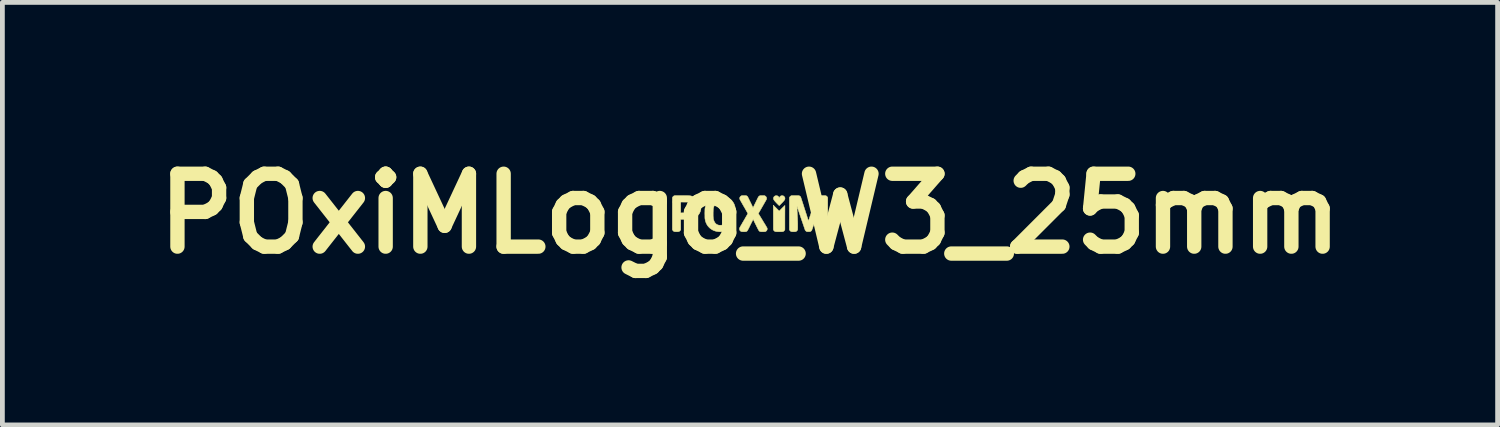
<source format=kicad_pcb>
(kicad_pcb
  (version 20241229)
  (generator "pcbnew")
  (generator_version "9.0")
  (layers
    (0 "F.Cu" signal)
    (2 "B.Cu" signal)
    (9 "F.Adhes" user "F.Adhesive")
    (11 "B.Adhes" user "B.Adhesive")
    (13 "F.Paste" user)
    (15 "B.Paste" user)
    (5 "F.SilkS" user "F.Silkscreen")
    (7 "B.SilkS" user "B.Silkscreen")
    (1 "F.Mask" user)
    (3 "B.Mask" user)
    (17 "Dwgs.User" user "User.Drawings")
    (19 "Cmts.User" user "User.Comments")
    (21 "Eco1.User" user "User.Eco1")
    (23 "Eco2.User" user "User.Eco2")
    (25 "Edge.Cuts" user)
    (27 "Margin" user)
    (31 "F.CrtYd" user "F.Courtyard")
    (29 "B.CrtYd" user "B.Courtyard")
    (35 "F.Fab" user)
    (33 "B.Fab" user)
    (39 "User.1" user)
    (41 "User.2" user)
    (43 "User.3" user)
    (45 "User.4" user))
  (footprint "POxiMLogo_W3_25mm"
    (layer "F.Cu")
    (at 12.635 1.418)
    (property "Reference" "POxiMLogo_W3_25mm" (at 0 0 0) (layer "F.SilkS") (effects (font (size 1.524 1.524) (thickness 0.3))))
    (attr through_hole)
    (fp_poly (pts (xy 0.549 -0.116) (xy 0.61 -0.054) (xy 0.651 -0.095) (xy 0.661 -0.106) (xy 0.672 -0.116) (xy 0.682 -0.127) (xy 0.692 -0.136) (xy 0.701 -0.145) (xy 0.708 -0.151) (xy 0.71 -0.154) (xy 0.73 -0.172) (xy 0.729 0.081) (xy 0.729 0.334) (xy 0.725 0.342) (xy 0.721 0.35) (xy 0.714 0.358) (xy 0.707 0.365) (xy 0.699 0.37) (xy 0.698 0.371) (xy 0.695 0.372) (xy 0.691 0.374) (xy 0.687 0.375) (xy 0.682 0.376) (xy 0.676 0.377) (xy 0.669 0.377) (xy 0.659 0.378) (xy 0.648 0.378) (xy 0.635 0.378) (xy 0.618 0.378) (xy 0.607 0.378) (xy 0.59 0.378) (xy 0.575 0.378) (xy 0.563 0.378) (xy 0.553 0.377) (xy 0.546 0.377) (xy 0.54 0.377) (xy 0.536 0.376) (xy 0.532 0.376) (xy 0.532 0.375) (xy 0.519 0.37) (xy 0.507 0.363) (xy 0.498 0.353) (xy 0.492 0.34) (xy 0.492 0.34) (xy 0.488 0.331) (xy 0.487 -0.177) (xy 0.549 -0.116)) (stroke (width 0.01) (type solid)) (fill yes) (layer "F.SilkS"))
    (fp_poly (pts (xy 0.563 -0.375) (xy 0.576 -0.371) (xy 0.587 -0.364) (xy 0.597 -0.354) (xy 0.604 -0.344) (xy 0.608 -0.332) (xy 0.61 -0.323) (xy 0.612 -0.329) (xy 0.616 -0.34) (xy 0.622 -0.351) (xy 0.631 -0.36) (xy 0.64 -0.368) (xy 0.647 -0.372) (xy 0.655 -0.374) (xy 0.664 -0.376) (xy 0.675 -0.376) (xy 0.685 -0.375) (xy 0.693 -0.373) (xy 0.696 -0.372) (xy 0.704 -0.367) (xy 0.712 -0.36) (xy 0.72 -0.351) (xy 0.725 -0.343) (xy 0.726 -0.342) (xy 0.728 -0.337) (xy 0.73 -0.332) (xy 0.73 -0.326) (xy 0.731 -0.319) (xy 0.73 -0.311) (xy 0.729 -0.304) (xy 0.727 -0.298) (xy 0.724 -0.291) (xy 0.718 -0.283) (xy 0.711 -0.273) (xy 0.71 -0.271) (xy 0.707 -0.267) (xy 0.702 -0.262) (xy 0.696 -0.255) (xy 0.688 -0.247) (xy 0.68 -0.238) (xy 0.671 -0.228) (xy 0.661 -0.219) (xy 0.652 -0.209) (xy 0.643 -0.2) (xy 0.634 -0.191) (xy 0.627 -0.183) (xy 0.62 -0.177) (xy 0.615 -0.172) (xy 0.612 -0.169) (xy 0.61 -0.168) (xy 0.609 -0.17) (xy 0.605 -0.173) (xy 0.6 -0.178) (xy 0.593 -0.184) (xy 0.585 -0.192) (xy 0.576 -0.201) (xy 0.569 -0.208) (xy 0.553 -0.225) (xy 0.54 -0.239) (xy 0.528 -0.251) (xy 0.519 -0.262) (xy 0.511 -0.272) (xy 0.504 -0.281) (xy 0.499 -0.289) (xy 0.496 -0.295) (xy 0.493 -0.302) (xy 0.491 -0.307) (xy 0.49 -0.312) (xy 0.49 -0.317) (xy 0.49 -0.319) (xy 0.492 -0.332) (xy 0.496 -0.344) (xy 0.503 -0.355) (xy 0.513 -0.364) (xy 0.524 -0.371) (xy 0.537 -0.375) (xy 0.55 -0.376) (xy 0.563 -0.375)) (stroke (width 0.01) (type solid)) (fill yes) (layer "F.SilkS"))
    (fp_poly (pts (xy -1.477 -0.378) (xy -1.454 -0.378) (xy -1.429 -0.378) (xy -1.422 -0.378) (xy -1.396 -0.378) (xy -1.372 -0.377) (xy -1.352 -0.377) (xy -1.334 -0.377) (xy -1.318 -0.377) (xy -1.304 -0.377) (xy -1.292 -0.376) (xy -1.282 -0.376) (xy -1.273 -0.375) (xy -1.265 -0.375) (xy -1.258 -0.374) (xy -1.251 -0.373) (xy -1.245 -0.372) (xy -1.239 -0.371) (xy -1.233 -0.369) (xy -1.226 -0.368) (xy -1.22 -0.366) (xy -1.191 -0.358) (xy -1.164 -0.347) (xy -1.139 -0.333) (xy -1.116 -0.318) (xy -1.096 -0.3) (xy -1.078 -0.281) (xy -1.062 -0.259) (xy -1.049 -0.236) (xy -1.04 -0.214) (xy -1.036 -0.202) (xy -1.033 -0.191) (xy -1.031 -0.181) (xy -1.03 -0.17) (xy -1.029 -0.158) (xy -1.028 -0.144) (xy -1.028 -0.129) (xy -1.028 -0.116) (xy -1.028 -0.106) (xy -1.028 -0.098) (xy -1.029 -0.091) (xy -1.03 -0.085) (xy -1.031 -0.079) (xy -1.032 -0.075) (xy -1.038 -0.05) (xy -1.047 -0.028) (xy -1.057 -0.007) (xy -1.07 0.012) (xy -1.086 0.031) (xy -1.093 0.038) (xy -1.112 0.056) (xy -1.133 0.071) (xy -1.156 0.084) (xy -1.18 0.095) (xy -1.206 0.104) (xy -1.235 0.111) (xy -1.257 0.115) (xy -1.261 0.116) (xy -1.267 0.116) (xy -1.273 0.117) (xy -1.281 0.117) (xy -1.291 0.117) (xy -1.303 0.118) (xy -1.317 0.118) (xy -1.333 0.118) (xy -1.353 0.118) (xy -1.362 0.118) (xy -1.45 0.119) (xy -1.45 0.336) (xy -1.455 0.345) (xy -1.463 0.357) (xy -1.473 0.366) (xy -1.485 0.373) (xy -1.498 0.377) (xy -1.503 0.377) (xy -1.511 0.378) (xy -1.52 0.378) (xy -1.531 0.378) (xy -1.542 0.378) (xy -1.553 0.378) (xy -1.563 0.377) (xy -1.571 0.377) (xy -1.577 0.376) (xy -1.579 0.376) (xy -1.592 0.371) (xy -1.604 0.363) (xy -1.613 0.353) (xy -1.619 0.343) (xy -1.624 0.333) (xy -1.624 -0.016) (xy -1.45 -0.016) (xy -1.369 -0.017) (xy -1.351 -0.017) (xy -1.335 -0.017) (xy -1.323 -0.017) (xy -1.312 -0.017) (xy -1.304 -0.018) (xy -1.297 -0.018) (xy -1.292 -0.018) (xy -1.288 -0.019) (xy -1.284 -0.019) (xy -1.281 -0.02) (xy -1.278 -0.021) (xy -1.276 -0.021) (xy -1.259 -0.028) (xy -1.243 -0.038) (xy -1.23 -0.049) (xy -1.219 -0.064) (xy -1.211 -0.08) (xy -1.208 -0.088) (xy -1.206 -0.094) (xy -1.205 -0.099) (xy -1.204 -0.104) (xy -1.203 -0.11) (xy -1.203 -0.117) (xy -1.203 -0.127) (xy -1.203 -0.14) (xy -1.204 -0.151) (xy -1.205 -0.16) (xy -1.207 -0.169) (xy -1.211 -0.177) (xy -1.215 -0.187) (xy -1.22 -0.196) (xy -1.227 -0.204) (xy -1.233 -0.211) (xy -1.244 -0.221) (xy -1.255 -0.229) (xy -1.268 -0.235) (xy -1.278 -0.238) (xy -1.281 -0.239) (xy -1.284 -0.24) (xy -1.287 -0.24) (xy -1.291 -0.241) (xy -1.295 -0.241) (xy -1.301 -0.241) (xy -1.308 -0.242) (xy -1.317 -0.242) (xy -1.329 -0.242) (xy -1.342 -0.242) (xy -1.359 -0.242) (xy -1.37 -0.242) (xy -1.45 -0.243) (xy -1.45 -0.016) (xy -1.624 -0.016) (xy -1.624 -0.333) (xy -1.619 -0.343) (xy -1.613 -0.353) (xy -1.605 -0.362) (xy -1.595 -0.369) (xy -1.592 -0.371) (xy -1.59 -0.372) (xy -1.587 -0.373) (xy -1.585 -0.374) (xy -1.581 -0.375) (xy -1.577 -0.376) (xy -1.573 -0.376) (xy -1.567 -0.377) (xy -1.56 -0.377) (xy -1.551 -0.378) (xy -1.54 -0.378) (xy -1.528 -0.378) (xy -1.513 -0.378) (xy -1.496 -0.378) (xy -1.477 -0.378)) (stroke (width 0.01) (type solid)) (fill yes) (layer "F.SilkS"))
    (fp_poly (pts (xy -0.604 -0.377) (xy -0.571 -0.375) (xy -0.539 -0.369) (xy -0.509 -0.36) (xy -0.48 -0.348) (xy -0.452 -0.334) (xy -0.427 -0.316) (xy -0.403 -0.296) (xy -0.383 -0.277) (xy -0.364 -0.252) (xy -0.346 -0.226) (xy -0.332 -0.199) (xy -0.321 -0.169) (xy -0.312 -0.138) (xy -0.307 -0.105) (xy -0.306 -0.095) (xy -0.305 -0.089) (xy -0.305 -0.08) (xy -0.304 -0.068) (xy -0.304 -0.054) (xy -0.304 -0.039) (xy -0.304 -0.023) (xy -0.304 -0.006) (xy -0.304 0.01) (xy -0.304 0.027) (xy -0.304 0.043) (xy -0.304 0.058) (xy -0.305 0.071) (xy -0.305 0.082) (xy -0.305 0.091) (xy -0.306 0.095) (xy -0.31 0.128) (xy -0.318 0.16) (xy -0.328 0.19) (xy -0.341 0.218) (xy -0.358 0.245) (xy -0.377 0.27) (xy -0.398 0.293) (xy -0.411 0.305) (xy -0.434 0.323) (xy -0.459 0.339) (xy -0.487 0.352) (xy -0.515 0.362) (xy -0.546 0.37) (xy -0.578 0.375) (xy -0.611 0.378) (xy -0.645 0.378) (xy -0.664 0.376) (xy -0.696 0.372) (xy -0.727 0.364) (xy -0.757 0.354) (xy -0.785 0.34) (xy -0.811 0.324) (xy -0.836 0.306) (xy -0.858 0.285) (xy -0.879 0.261) (xy -0.882 0.258) (xy -0.899 0.232) (xy -0.914 0.204) (xy -0.926 0.175) (xy -0.935 0.144) (xy -0.941 0.112) (xy -0.942 0.107) (xy -0.943 0.1) (xy -0.943 0.09) (xy -0.944 0.077) (xy -0.944 0.063) (xy -0.944 0.047) (xy -0.944 0.03) (xy -0.945 0.012) (xy -0.945 0.004) (xy -0.771 0.004) (xy -0.771 0.026) (xy -0.771 0.046) (xy -0.77 0.064) (xy -0.769 0.079) (xy -0.768 0.092) (xy -0.767 0.104) (xy -0.765 0.114) (xy -0.764 0.119) (xy -0.757 0.142) (xy -0.748 0.164) (xy -0.738 0.183) (xy -0.725 0.2) (xy -0.711 0.214) (xy -0.695 0.225) (xy -0.678 0.233) (xy -0.665 0.238) (xy -0.658 0.239) (xy -0.653 0.241) (xy -0.648 0.242) (xy -0.643 0.242) (xy -0.637 0.242) (xy -0.63 0.242) (xy -0.62 0.242) (xy -0.619 0.242) (xy -0.609 0.242) (xy -0.601 0.241) (xy -0.595 0.241) (xy -0.59 0.24) (xy -0.585 0.239) (xy -0.579 0.237) (xy -0.577 0.236) (xy -0.559 0.228) (xy -0.542 0.218) (xy -0.527 0.204) (xy -0.514 0.188) (xy -0.503 0.17) (xy -0.494 0.149) (xy -0.486 0.125) (xy -0.486 0.125) (xy -0.485 0.118) (xy -0.483 0.112) (xy -0.482 0.105) (xy -0.481 0.098) (xy -0.48 0.09) (xy -0.48 0.081) (xy -0.479 0.07) (xy -0.479 0.057) (xy -0.479 0.043) (xy -0.479 0.025) (xy -0.479 0.005) (xy -0.479 0) (xy -0.479 -0.021) (xy -0.479 -0.039) (xy -0.479 -0.054) (xy -0.479 -0.067) (xy -0.48 -0.078) (xy -0.48 -0.088) (xy -0.481 -0.096) (xy -0.482 -0.103) (xy -0.483 -0.11) (xy -0.484 -0.117) (xy -0.486 -0.123) (xy -0.486 -0.125) (xy -0.494 -0.148) (xy -0.503 -0.169) (xy -0.514 -0.188) (xy -0.527 -0.204) (xy -0.543 -0.217) (xy -0.559 -0.228) (xy -0.578 -0.236) (xy -0.584 -0.238) (xy -0.589 -0.24) (xy -0.594 -0.241) (xy -0.6 -0.241) (xy -0.606 -0.242) (xy -0.615 -0.242) (xy -0.625 -0.242) (xy -0.638 -0.242) (xy -0.649 -0.241) (xy -0.658 -0.24) (xy -0.666 -0.238) (xy -0.674 -0.235) (xy -0.683 -0.232) (xy -0.686 -0.23) (xy -0.702 -0.221) (xy -0.717 -0.209) (xy -0.731 -0.194) (xy -0.742 -0.177) (xy -0.752 -0.157) (xy -0.759 -0.14) (xy -0.761 -0.131) (xy -0.763 -0.123) (xy -0.765 -0.115) (xy -0.767 -0.107) (xy -0.768 -0.098) (xy -0.769 -0.087) (xy -0.769 -0.075) (xy -0.77 -0.06) (xy -0.77 -0.044) (xy -0.771 -0.024) (xy -0.771 -0.021) (xy -0.771 0.004) (xy -0.945 0.004) (xy -0.945 -0.006) (xy -0.945 -0.024) (xy -0.944 -0.042) (xy -0.944 -0.058) (xy -0.944 -0.073) (xy -0.943 -0.086) (xy -0.943 -0.097) (xy -0.942 -0.105) (xy -0.942 -0.107) (xy -0.936 -0.139) (xy -0.927 -0.17) (xy -0.916 -0.199) (xy -0.902 -0.227) (xy -0.885 -0.253) (xy -0.866 -0.277) (xy -0.844 -0.299) (xy -0.832 -0.309) (xy -0.808 -0.327) (xy -0.783 -0.342) (xy -0.757 -0.354) (xy -0.729 -0.364) (xy -0.7 -0.371) (xy -0.669 -0.375) (xy -0.639 -0.378) (xy -0.604 -0.377)) (stroke (width 0.01) (type solid)) (fill yes) (layer "F.SilkS"))
    (fp_poly (pts (xy 0.311 -0.373) (xy 0.322 -0.366) (xy 0.332 -0.357) (xy 0.34 -0.346) (xy 0.341 -0.343) (xy 0.344 -0.337) (xy 0.345 -0.332) (xy 0.346 -0.326) (xy 0.346 -0.319) (xy 0.346 -0.311) (xy 0.345 -0.305) (xy 0.344 -0.3) (xy 0.341 -0.295) (xy 0.341 -0.294) (xy 0.339 -0.291) (xy 0.336 -0.285) (xy 0.332 -0.277) (xy 0.326 -0.267) (xy 0.319 -0.255) (xy 0.311 -0.241) (xy 0.302 -0.225) (xy 0.292 -0.208) (xy 0.282 -0.19) (xy 0.271 -0.171) (xy 0.259 -0.151) (xy 0.255 -0.143) (xy 0.174 -0.003) (xy 0.265 0.146) (xy 0.279 0.17) (xy 0.293 0.192) (xy 0.305 0.213) (xy 0.317 0.231) (xy 0.327 0.248) (xy 0.336 0.263) (xy 0.343 0.276) (xy 0.349 0.286) (xy 0.354 0.294) (xy 0.357 0.3) (xy 0.358 0.303) (xy 0.358 0.303) (xy 0.359 0.31) (xy 0.36 0.319) (xy 0.36 0.323) (xy 0.357 0.336) (xy 0.352 0.349) (xy 0.344 0.359) (xy 0.333 0.368) (xy 0.325 0.372) (xy 0.315 0.377) (xy 0.273 0.378) (xy 0.257 0.378) (xy 0.244 0.378) (xy 0.234 0.378) (xy 0.225 0.377) (xy 0.218 0.376) (xy 0.213 0.374) (xy 0.207 0.373) (xy 0.203 0.37) (xy 0.2 0.369) (xy 0.198 0.367) (xy 0.196 0.366) (xy 0.193 0.364) (xy 0.191 0.362) (xy 0.188 0.358) (xy 0.186 0.355) (xy 0.182 0.35) (xy 0.179 0.344) (xy 0.175 0.337) (xy 0.17 0.328) (xy 0.165 0.318) (xy 0.158 0.305) (xy 0.151 0.291) (xy 0.143 0.275) (xy 0.134 0.257) (xy 0.124 0.236) (xy 0.112 0.213) (xy 0.099 0.187) (xy 0.094 0.175) (xy 0.066 0.118) (xy 0.007 0.235) (xy -0.004 0.258) (xy -0.013 0.277) (xy -0.022 0.294) (xy -0.029 0.309) (xy -0.036 0.321) (xy -0.041 0.332) (xy -0.046 0.34) (xy -0.05 0.347) (xy -0.054 0.353) (xy -0.057 0.358) (xy -0.06 0.361) (xy -0.063 0.364) (xy -0.065 0.366) (xy -0.068 0.368) (xy -0.071 0.37) (xy -0.075 0.372) (xy -0.076 0.372) (xy -0.087 0.377) (xy -0.127 0.378) (xy -0.139 0.378) (xy -0.15 0.378) (xy -0.159 0.377) (xy -0.167 0.377) (xy -0.173 0.377) (xy -0.175 0.376) (xy -0.187 0.372) (xy -0.198 0.365) (xy -0.208 0.356) (xy -0.215 0.345) (xy -0.216 0.344) (xy -0.219 0.334) (xy -0.221 0.323) (xy -0.221 0.311) (xy -0.219 0.301) (xy -0.218 0.3) (xy -0.217 0.297) (xy -0.214 0.292) (xy -0.21 0.284) (xy -0.204 0.274) (xy -0.198 0.262) (xy -0.19 0.249) (xy -0.181 0.233) (xy -0.171 0.217) (xy -0.161 0.198) (xy -0.15 0.179) (xy -0.138 0.16) (xy -0.13 0.146) (xy -0.119 0.126) (xy -0.107 0.107) (xy -0.097 0.088) (xy -0.087 0.071) (xy -0.078 0.055) (xy -0.069 0.041) (xy -0.062 0.028) (xy -0.056 0.017) (xy -0.051 0.009) (xy -0.048 0.003) (xy -0.045 -0.001) (xy -0.045 -0.002) (xy -0.046 -0.004) (xy -0.048 -0.008) (xy -0.052 -0.015) (xy -0.057 -0.024) (xy -0.063 -0.036) (xy -0.071 -0.049) (xy -0.079 -0.064) (xy -0.089 -0.081) (xy -0.099 -0.099) (xy -0.11 -0.119) (xy -0.122 -0.14) (xy -0.128 -0.149) (xy -0.139 -0.169) (xy -0.151 -0.189) (xy -0.161 -0.208) (xy -0.171 -0.225) (xy -0.181 -0.242) (xy -0.189 -0.256) (xy -0.196 -0.27) (xy -0.203 -0.281) (xy -0.208 -0.29) (xy -0.211 -0.297) (xy -0.213 -0.301) (xy -0.214 -0.302) (xy -0.216 -0.312) (xy -0.216 -0.322) (xy -0.215 -0.333) (xy -0.212 -0.342) (xy -0.206 -0.351) (xy -0.199 -0.36) (xy -0.189 -0.368) (xy -0.181 -0.373) (xy -0.171 -0.377) (xy -0.127 -0.377) (xy -0.113 -0.377) (xy -0.103 -0.377) (xy -0.094 -0.377) (xy -0.088 -0.377) (xy -0.083 -0.376) (xy -0.08 -0.376) (xy -0.077 -0.375) (xy -0.076 -0.374) (xy -0.067 -0.37) (xy -0.058 -0.364) (xy -0.051 -0.357) (xy -0.05 -0.355) (xy -0.048 -0.353) (xy -0.046 -0.347) (xy -0.042 -0.34) (xy -0.037 -0.33) (xy -0.031 -0.318) (xy -0.024 -0.304) (xy -0.017 -0.289) (xy -0.009 -0.273) (xy -0.000327 -0.255) (xy 0.008 -0.238) (xy 0.017 -0.22) (xy 0.025 -0.203) (xy 0.033 -0.187) (xy 0.04 -0.172) (xy 0.046 -0.159) (xy 0.052 -0.147) (xy 0.056 -0.138) (xy 0.06 -0.131) (xy 0.062 -0.127) (xy 0.063 -0.125) (xy 0.063 -0.125) (xy 0.064 -0.126) (xy 0.066 -0.13) (xy 0.069 -0.137) (xy 0.074 -0.146) (xy 0.079 -0.156) (xy 0.086 -0.169) (xy 0.093 -0.184) (xy 0.1 -0.199) (xy 0.109 -0.216) (xy 0.118 -0.234) (xy 0.119 -0.237) (xy 0.129 -0.258) (xy 0.138 -0.277) (xy 0.146 -0.292) (xy 0.153 -0.306) (xy 0.158 -0.317) (xy 0.163 -0.327) (xy 0.167 -0.335) (xy 0.17 -0.341) (xy 0.173 -0.346) (xy 0.176 -0.35) (xy 0.178 -0.353) (xy 0.179 -0.356) (xy 0.181 -0.358) (xy 0.183 -0.36) (xy 0.183 -0.36) (xy 0.193 -0.368) (xy 0.202 -0.373) (xy 0.202 -0.373) (xy 0.205 -0.375) (xy 0.208 -0.375) (xy 0.212 -0.376) (xy 0.215 -0.377) (xy 0.221 -0.377) (xy 0.227 -0.377) (xy 0.236 -0.377) (xy 0.248 -0.377) (xy 0.257 -0.377) (xy 0.301 -0.377) (xy 0.311 -0.373)) (stroke (width 0.01) (type solid)) (fill yes) (layer "F.SilkS"))
    (fp_poly (pts (xy 1.545 -0.378) (xy 1.556 -0.378) (xy 1.565 -0.377) (xy 1.573 -0.377) (xy 1.579 -0.376) (xy 1.583 -0.375) (xy 1.587 -0.374) (xy 1.591 -0.373) (xy 1.594 -0.371) (xy 1.603 -0.365) (xy 1.612 -0.356) (xy 1.619 -0.346) (xy 1.621 -0.343) (xy 1.625 -0.333) (xy 1.625 0.333) (xy 1.621 0.343) (xy 1.614 0.355) (xy 1.604 0.364) (xy 1.592 0.372) (xy 1.579 0.376) (xy 1.579 0.376) (xy 1.574 0.377) (xy 1.566 0.377) (xy 1.557 0.378) (xy 1.546 0.378) (xy 1.535 0.378) (xy 1.524 0.378) (xy 1.514 0.378) (xy 1.506 0.377) (xy 1.5 0.377) (xy 1.5 0.377) (xy 1.486 0.372) (xy 1.474 0.365) (xy 1.464 0.356) (xy 1.457 0.345) (xy 1.452 0.336) (xy 1.452 0.253) (xy 1.452 0.238) (xy 1.452 0.226) (xy 1.452 0.214) (xy 1.452 0.202) (xy 1.452 0.192) (xy 1.452 0.181) (xy 1.452 0.169) (xy 1.453 0.158) (xy 1.453 0.145) (xy 1.454 0.131) (xy 1.454 0.116) (xy 1.455 0.099) (xy 1.456 0.08) (xy 1.457 0.059) (xy 1.458 0.034) (xy 1.459 0.008) (xy 1.46 -0.015) (xy 1.461 -0.036) (xy 1.462 -0.057) (xy 1.463 -0.076) (xy 1.464 -0.094) (xy 1.465 -0.11) (xy 1.465 -0.124) (xy 1.466 -0.135) (xy 1.466 -0.144) (xy 1.466 -0.15) (xy 1.466 -0.154) (xy 1.466 -0.154) (xy 1.465 -0.154) (xy 1.463 -0.151) (xy 1.463 -0.151) (xy 1.462 -0.149) (xy 1.46 -0.144) (xy 1.458 -0.136) (xy 1.454 -0.126) (xy 1.45 -0.113) (xy 1.444 -0.098) (xy 1.439 -0.08) (xy 1.432 -0.061) (xy 1.425 -0.04) (xy 1.417 -0.018) (xy 1.409 0.006) (xy 1.4 0.031) (xy 1.392 0.057) (xy 1.382 0.084) (xy 1.378 0.098) (xy 1.366 0.133) (xy 1.355 0.164) (xy 1.345 0.193) (xy 1.336 0.218) (xy 1.328 0.241) (xy 1.321 0.262) (xy 1.315 0.28) (xy 1.31 0.296) (xy 1.305 0.309) (xy 1.301 0.321) (xy 1.297 0.33) (xy 1.294 0.338) (xy 1.292 0.344) (xy 1.29 0.348) (xy 1.289 0.35) (xy 1.289 0.351) (xy 1.28 0.361) (xy 1.27 0.369) (xy 1.259 0.374) (xy 1.255 0.375) (xy 1.251 0.376) (xy 1.245 0.377) (xy 1.237 0.377) (xy 1.228 0.377) (xy 1.222 0.377) (xy 1.211 0.377) (xy 1.204 0.377) (xy 1.198 0.377) (xy 1.194 0.376) (xy 1.19 0.376) (xy 1.187 0.374) (xy 1.183 0.373) (xy 1.183 0.373) (xy 1.175 0.368) (xy 1.167 0.361) (xy 1.16 0.354) (xy 1.154 0.347) (xy 1.154 0.346) (xy 1.153 0.344) (xy 1.151 0.339) (xy 1.148 0.331) (xy 1.145 0.32) (xy 1.14 0.308) (xy 1.135 0.292) (xy 1.129 0.275) (xy 1.123 0.256) (xy 1.115 0.235) (xy 1.108 0.213) (xy 1.1 0.189) (xy 1.091 0.164) (xy 1.082 0.137) (xy 1.073 0.11) (xy 1.068 0.097) (xy 1.059 0.069) (xy 1.05 0.043) (xy 1.041 0.017) (xy 1.033 -0.007) (xy 1.025 -0.03) (xy 1.018 -0.052) (xy 1.011 -0.072) (xy 1.005 -0.09) (xy 0.999 -0.106) (xy 0.994 -0.119) (xy 0.99 -0.131) (xy 0.987 -0.139) (xy 0.985 -0.146) (xy 0.984 -0.149) (xy 0.984 -0.149) (xy 0.982 -0.15) (xy 0.982 -0.15) (xy 0.982 -0.148) (xy 0.982 -0.144) (xy 0.982 -0.136) (xy 0.982 -0.126) (xy 0.983 -0.113) (xy 0.984 -0.098) (xy 0.984 -0.081) (xy 0.985 -0.062) (xy 0.986 -0.042) (xy 0.987 -0.021) (xy 0.988 0.002) (xy 0.989 0.018) (xy 0.99 0.046) (xy 0.992 0.071) (xy 0.993 0.093) (xy 0.994 0.112) (xy 0.994 0.13) (xy 0.995 0.145) (xy 0.996 0.159) (xy 0.996 0.172) (xy 0.996 0.184) (xy 0.997 0.195) (xy 0.997 0.205) (xy 0.997 0.215) (xy 0.997 0.226) (xy 0.997 0.237) (xy 0.997 0.248) (xy 0.997 0.26) (xy 0.997 0.278) (xy 0.997 0.292) (xy 0.997 0.304) (xy 0.996 0.314) (xy 0.996 0.321) (xy 0.996 0.327) (xy 0.996 0.332) (xy 0.995 0.335) (xy 0.995 0.337) (xy 0.994 0.34) (xy 0.993 0.341) (xy 0.993 0.342) (xy 0.988 0.35) (xy 0.981 0.358) (xy 0.974 0.365) (xy 0.967 0.37) (xy 0.966 0.371) (xy 0.96 0.373) (xy 0.952 0.376) (xy 0.95 0.376) (xy 0.945 0.377) (xy 0.938 0.377) (xy 0.929 0.378) (xy 0.918 0.378) (xy 0.907 0.378) (xy 0.896 0.378) (xy 0.886 0.378) (xy 0.878 0.377) (xy 0.871 0.377) (xy 0.869 0.376) (xy 0.857 0.372) (xy 0.846 0.366) (xy 0.837 0.357) (xy 0.829 0.347) (xy 0.827 0.343) (xy 0.823 0.334) (xy 0.823 -0.334) (xy 0.827 -0.343) (xy 0.835 -0.355) (xy 0.844 -0.364) (xy 0.856 -0.372) (xy 0.857 -0.372) (xy 0.868 -0.377) (xy 0.944 -0.377) (xy 0.962 -0.377) (xy 0.977 -0.377) (xy 0.989 -0.377) (xy 0.999 -0.377) (xy 1.007 -0.377) (xy 1.013 -0.377) (xy 1.018 -0.376) (xy 1.022 -0.376) (xy 1.024 -0.376) (xy 1.027 -0.375) (xy 1.029 -0.374) (xy 1.031 -0.373) (xy 1.04 -0.368) (xy 1.05 -0.361) (xy 1.057 -0.352) (xy 1.061 -0.346) (xy 1.061 -0.344) (xy 1.063 -0.339) (xy 1.066 -0.331) (xy 1.069 -0.321) (xy 1.073 -0.308) (xy 1.078 -0.294) (xy 1.084 -0.277) (xy 1.089 -0.259) (xy 1.096 -0.239) (xy 1.103 -0.218) (xy 1.11 -0.196) (xy 1.117 -0.173) (xy 1.125 -0.15) (xy 1.132 -0.126) (xy 1.14 -0.101) (xy 1.148 -0.077) (xy 1.156 -0.053) (xy 1.163 -0.029) (xy 1.171 -0.006) (xy 1.178 0.016) (xy 1.185 0.037) (xy 1.191 0.057) (xy 1.197 0.076) (xy 1.202 0.093) (xy 1.207 0.108) (xy 1.211 0.121) (xy 1.215 0.132) (xy 1.217 0.14) (xy 1.219 0.146) (xy 1.22 0.149) (xy 1.22 0.149) (xy 1.221 0.15) (xy 1.222 0.15) (xy 1.223 0.149) (xy 1.225 0.144) (xy 1.227 0.136) (xy 1.231 0.126) (xy 1.236 0.113) (xy 1.241 0.097) (xy 1.247 0.078) (xy 1.254 0.057) (xy 1.262 0.033) (xy 1.27 0.007) (xy 1.28 -0.022) (xy 1.29 -0.052) (xy 1.3 -0.085) (xy 1.303 -0.092) (xy 1.311 -0.12) (xy 1.32 -0.146) (xy 1.329 -0.172) (xy 1.337 -0.197) (xy 1.344 -0.22) (xy 1.351 -0.242) (xy 1.358 -0.263) (xy 1.364 -0.281) (xy 1.37 -0.298) (xy 1.374 -0.312) (xy 1.378 -0.324) (xy 1.382 -0.333) (xy 1.384 -0.34) (xy 1.385 -0.344) (xy 1.386 -0.345) (xy 1.392 -0.355) (xy 1.401 -0.364) (xy 1.412 -0.372) (xy 1.416 -0.373) (xy 1.419 -0.374) (xy 1.421 -0.375) (xy 1.424 -0.376) (xy 1.427 -0.376) (xy 1.431 -0.377) (xy 1.436 -0.377) (xy 1.443 -0.377) (xy 1.452 -0.377) (xy 1.464 -0.378) (xy 1.478 -0.378) (xy 1.494 -0.378) (xy 1.497 -0.378) (xy 1.516 -0.378) (xy 1.532 -0.378) (xy 1.545 -0.378)) (stroke (width 0.01) (type solid)) (fill yes) (layer "F.SilkS")))
  (gr_rect
    (start -3 -3)
    (end 28.269 5.836)
    (stroke (width 0.1) (type default))
    (fill no)
    (layer "Edge.Cuts")))
</source>
